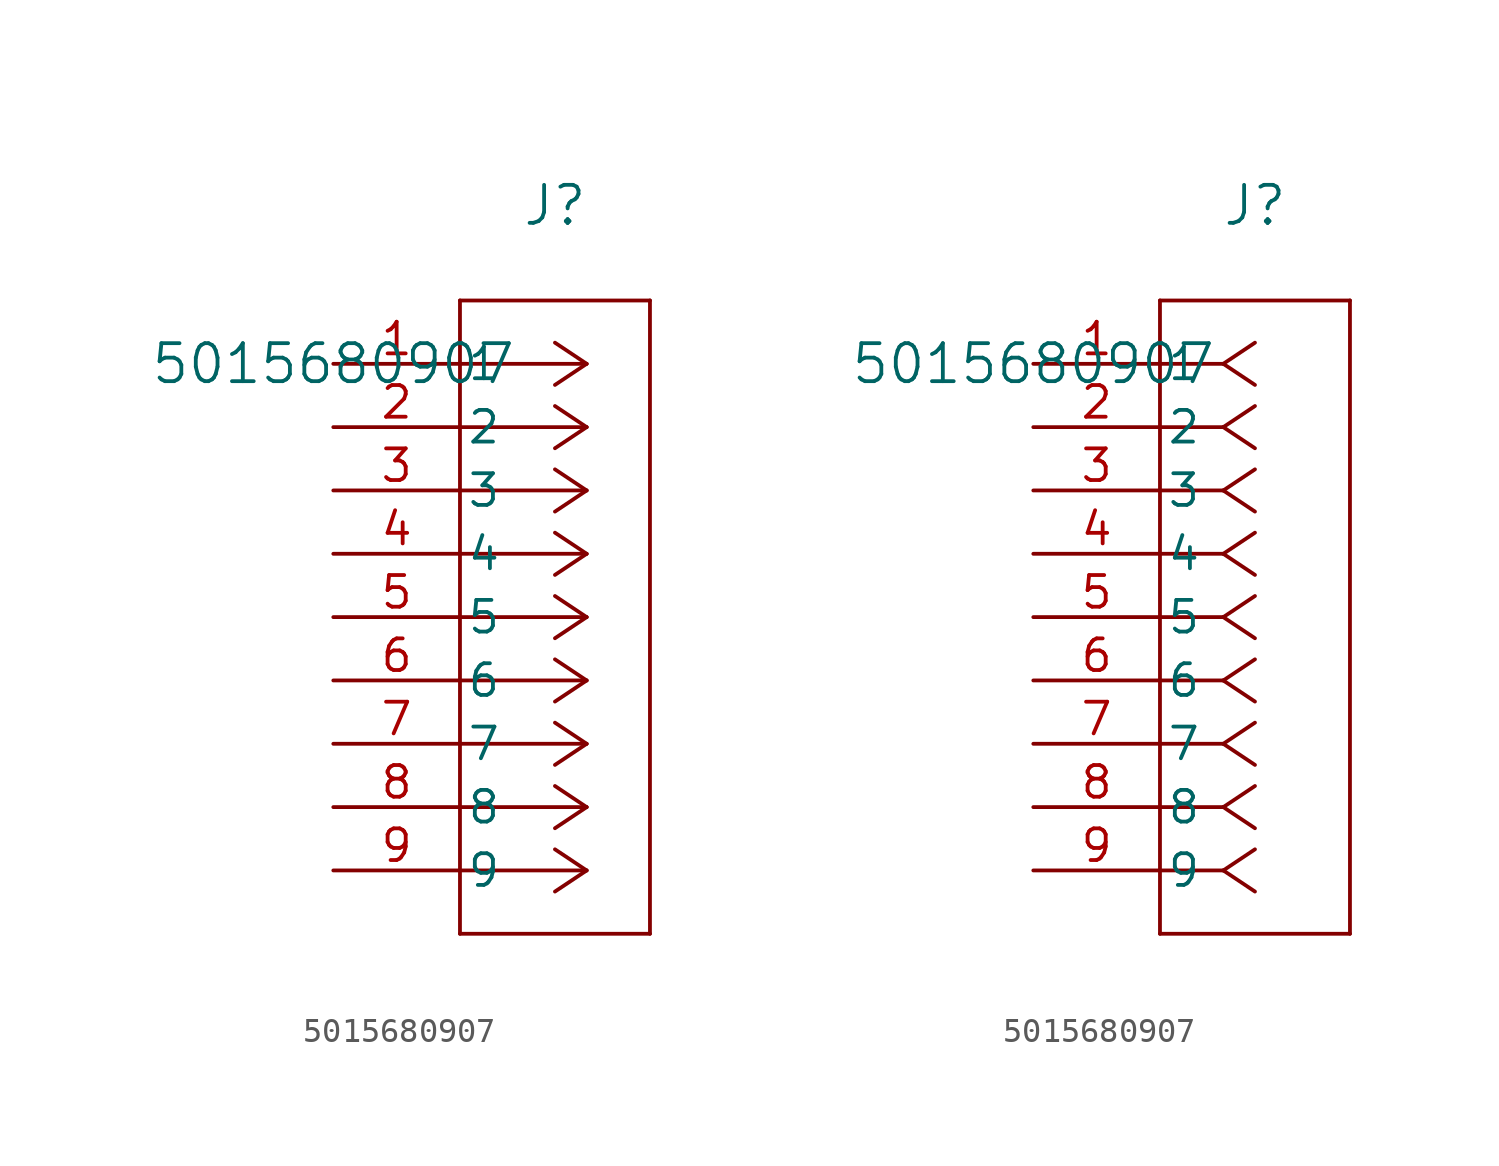
<source format=kicad_sym>
(kicad_symbol_lib
  (version 20211014)
  (generator kicad_symbol_editor)
  (symbol "5015680907"
    (pin_names
      (offset 0.254))
    (property "Reference" "J"
      (at 8.89 6.35 0)
      (effects (font (size 1.524 1.524))))
    (property "Value" "5015680907"
      (at 0 0 0)
      (effects (font (size 1.524 1.524))))
    (symbol "5015680907_1_1"
      (polyline (pts (xy 10.16 0) (xy 5.08 0)) (stroke (width 0) (type default) (color 0 0 0 0)) (fill (type none)))
      (polyline (pts (xy 10.16 -2.54) (xy 5.08 -2.54)) (stroke (width 0) (type default) (color 0 0 0 0)) (fill (type none)))
      (polyline (pts (xy 10.16 -5.08) (xy 5.08 -5.08)) (stroke (width 0) (type default) (color 0 0 0 0)) (fill (type none)))
      (polyline (pts (xy 10.16 -7.62) (xy 5.08 -7.62)) (stroke (width 0) (type default) (color 0 0 0 0)) (fill (type none)))
      (polyline (pts (xy 10.16 -10.16) (xy 5.08 -10.16)) (stroke (width 0) (type default) (color 0 0 0 0)) (fill (type none)))
      (polyline (pts (xy 10.16 -12.7) (xy 5.08 -12.7)) (stroke (width 0) (type default) (color 0 0 0 0)) (fill (type none)))
      (polyline (pts (xy 10.16 -15.24) (xy 5.08 -15.24)) (stroke (width 0) (type default) (color 0 0 0 0)) (fill (type none)))
      (polyline (pts (xy 10.16 -17.78) (xy 5.08 -17.78)) (stroke (width 0) (type default) (color 0 0 0 0)) (fill (type none)))
      (polyline (pts (xy 10.16 -20.32) (xy 5.08 -20.32)) (stroke (width 0) (type default) (color 0 0 0 0)) (fill (type none)))
      (polyline (pts (xy 10.16 0) (xy 8.89 0.847)) (stroke (width 0) (type default) (color 0 0 0 0)) (fill (type none)))
      (polyline (pts (xy 10.16 -2.54) (xy 8.89 -1.693)) (stroke (width 0) (type default) (color 0 0 0 0)) (fill (type none)))
      (polyline (pts (xy 10.16 -5.08) (xy 8.89 -4.233)) (stroke (width 0) (type default) (color 0 0 0 0)) (fill (type none)))
      (polyline (pts (xy 10.16 -7.62) (xy 8.89 -6.773)) (stroke (width 0) (type default) (color 0 0 0 0)) (fill (type none)))
      (polyline (pts (xy 10.16 -10.16) (xy 8.89 -9.313)) (stroke (width 0) (type default) (color 0 0 0 0)) (fill (type none)))
      (polyline (pts (xy 10.16 -12.7) (xy 8.89 -11.853)) (stroke (width 0) (type default) (color 0 0 0 0)) (fill (type none)))
      (polyline (pts (xy 10.16 -15.24) (xy 8.89 -14.393)) (stroke (width 0) (type default) (color 0 0 0 0)) (fill (type none)))
      (polyline (pts (xy 10.16 -17.78) (xy 8.89 -16.933)) (stroke (width 0) (type default) (color 0 0 0 0)) (fill (type none)))
      (polyline (pts (xy 10.16 -20.32) (xy 8.89 -19.473)) (stroke (width 0) (type default) (color 0 0 0 0)) (fill (type none)))
      (polyline (pts (xy 10.16 0) (xy 8.89 -0.847)) (stroke (width 0) (type default) (color 0 0 0 0)) (fill (type none)))
      (polyline (pts (xy 10.16 -2.54) (xy 8.89 -3.387)) (stroke (width 0) (type default) (color 0 0 0 0)) (fill (type none)))
      (polyline (pts (xy 10.16 -5.08) (xy 8.89 -5.927)) (stroke (width 0) (type default) (color 0 0 0 0)) (fill (type none)))
      (polyline (pts (xy 10.16 -7.62) (xy 8.89 -8.467)) (stroke (width 0) (type default) (color 0 0 0 0)) (fill (type none)))
      (polyline (pts (xy 10.16 -10.16) (xy 8.89 -11.007)) (stroke (width 0) (type default) (color 0 0 0 0)) (fill (type none)))
      (polyline (pts (xy 10.16 -12.7) (xy 8.89 -13.547)) (stroke (width 0) (type default) (color 0 0 0 0)) (fill (type none)))
      (polyline (pts (xy 10.16 -15.24) (xy 8.89 -16.087)) (stroke (width 0) (type default) (color 0 0 0 0)) (fill (type none)))
      (polyline (pts (xy 10.16 -17.78) (xy 8.89 -18.627)) (stroke (width 0) (type default) (color 0 0 0 0)) (fill (type none)))
      (polyline (pts (xy 10.16 -20.32) (xy 8.89 -21.167)) (stroke (width 0) (type default) (color 0 0 0 0)) (fill (type none)))
      (polyline (pts (xy 5.08 2.54) (xy 5.08 -22.86)) (stroke (width 0) (type default) (color 0 0 0 0)) (fill (type none)))
      (polyline (pts (xy 5.08 -22.86) (xy 12.7 -22.86)) (stroke (width 0) (type default) (color 0 0 0 0)) (fill (type none)))
      (polyline (pts (xy 12.7 -22.86) (xy 12.7 2.54)) (stroke (width 0) (type default) (color 0 0 0 0)) (fill (type none)))
      (polyline (pts (xy 12.7 2.54) (xy 5.08 2.54)) (stroke (width 0) (type default) (color 0 0 0 0)) (fill (type none)))
      (pin unspecified line (at 0 0 0) (length 5.08) (name "1" (effects (font (size 1.27 1.27)))) (number "1" (effects (font (size 1.27 1.27)))))
      (pin unspecified line (at 0 -2.54 0) (length 5.08) (name "2" (effects (font (size 1.27 1.27)))) (number "2" (effects (font (size 1.27 1.27)))))
      (pin unspecified line (at 0 -5.08 0) (length 5.08) (name "3" (effects (font (size 1.27 1.27)))) (number "3" (effects (font (size 1.27 1.27)))))
      (pin unspecified line (at 0 -7.62 0) (length 5.08) (name "4" (effects (font (size 1.27 1.27)))) (number "4" (effects (font (size 1.27 1.27)))))
      (pin unspecified line (at 0 -10.16 0) (length 5.08) (name "5" (effects (font (size 1.27 1.27)))) (number "5" (effects (font (size 1.27 1.27)))))
      (pin unspecified line (at 0 -12.7 0) (length 5.08) (name "6" (effects (font (size 1.27 1.27)))) (number "6" (effects (font (size 1.27 1.27)))))
      (pin unspecified line (at 0 -15.24 0) (length 5.08) (name "7" (effects (font (size 1.27 1.27)))) (number "7" (effects (font (size 1.27 1.27)))))
      (pin unspecified line (at 0 -17.78 0) (length 5.08) (name "8" (effects (font (size 1.27 1.27)))) (number "8" (effects (font (size 1.27 1.27)))))
      (pin unspecified line (at 0 -20.32 0) (length 5.08) (name "9" (effects (font (size 1.27 1.27)))) (number "9" (effects (font (size 1.27 1.27))))))
    (symbol "5015680907_1_2"
      (polyline (pts (xy 7.62 0) (xy 5.08 0)) (stroke (width 0) (type default) (color 0 0 0 0)) (fill (type none)))
      (polyline (pts (xy 7.62 -2.54) (xy 5.08 -2.54)) (stroke (width 0) (type default) (color 0 0 0 0)) (fill (type none)))
      (polyline (pts (xy 7.62 -5.08) (xy 5.08 -5.08)) (stroke (width 0) (type default) (color 0 0 0 0)) (fill (type none)))
      (polyline (pts (xy 7.62 -7.62) (xy 5.08 -7.62)) (stroke (width 0) (type default) (color 0 0 0 0)) (fill (type none)))
      (polyline (pts (xy 7.62 -10.16) (xy 5.08 -10.16)) (stroke (width 0) (type default) (color 0 0 0 0)) (fill (type none)))
      (polyline (pts (xy 7.62 -12.7) (xy 5.08 -12.7)) (stroke (width 0) (type default) (color 0 0 0 0)) (fill (type none)))
      (polyline (pts (xy 7.62 -15.24) (xy 5.08 -15.24)) (stroke (width 0) (type default) (color 0 0 0 0)) (fill (type none)))
      (polyline (pts (xy 7.62 -17.78) (xy 5.08 -17.78)) (stroke (width 0) (type default) (color 0 0 0 0)) (fill (type none)))
      (polyline (pts (xy 7.62 -20.32) (xy 5.08 -20.32)) (stroke (width 0) (type default) (color 0 0 0 0)) (fill (type none)))
      (polyline (pts (xy 7.62 0) (xy 8.89 0.847)) (stroke (width 0) (type default) (color 0 0 0 0)) (fill (type none)))
      (polyline (pts (xy 7.62 -2.54) (xy 8.89 -1.693)) (stroke (width 0) (type default) (color 0 0 0 0)) (fill (type none)))
      (polyline (pts (xy 7.62 -5.08) (xy 8.89 -4.233)) (stroke (width 0) (type default) (color 0 0 0 0)) (fill (type none)))
      (polyline (pts (xy 7.62 -7.62) (xy 8.89 -6.773)) (stroke (width 0) (type default) (color 0 0 0 0)) (fill (type none)))
      (polyline (pts (xy 7.62 -10.16) (xy 8.89 -9.313)) (stroke (width 0) (type default) (color 0 0 0 0)) (fill (type none)))
      (polyline (pts (xy 7.62 -12.7) (xy 8.89 -11.853)) (stroke (width 0) (type default) (color 0 0 0 0)) (fill (type none)))
      (polyline (pts (xy 7.62 -15.24) (xy 8.89 -14.393)) (stroke (width 0) (type default) (color 0 0 0 0)) (fill (type none)))
      (polyline (pts (xy 7.62 -17.78) (xy 8.89 -16.933)) (stroke (width 0) (type default) (color 0 0 0 0)) (fill (type none)))
      (polyline (pts (xy 7.62 -20.32) (xy 8.89 -19.473)) (stroke (width 0) (type default) (color 0 0 0 0)) (fill (type none)))
      (polyline (pts (xy 7.62 0) (xy 8.89 -0.847)) (stroke (width 0) (type default) (color 0 0 0 0)) (fill (type none)))
      (polyline (pts (xy 7.62 -2.54) (xy 8.89 -3.387)) (stroke (width 0) (type default) (color 0 0 0 0)) (fill (type none)))
      (polyline (pts (xy 7.62 -5.08) (xy 8.89 -5.927)) (stroke (width 0) (type default) (color 0 0 0 0)) (fill (type none)))
      (polyline (pts (xy 7.62 -7.62) (xy 8.89 -8.467)) (stroke (width 0) (type default) (color 0 0 0 0)) (fill (type none)))
      (polyline (pts (xy 7.62 -10.16) (xy 8.89 -11.007)) (stroke (width 0) (type default) (color 0 0 0 0)) (fill (type none)))
      (polyline (pts (xy 7.62 -12.7) (xy 8.89 -13.547)) (stroke (width 0) (type default) (color 0 0 0 0)) (fill (type none)))
      (polyline (pts (xy 7.62 -15.24) (xy 8.89 -16.087)) (stroke (width 0) (type default) (color 0 0 0 0)) (fill (type none)))
      (polyline (pts (xy 7.62 -17.78) (xy 8.89 -18.627)) (stroke (width 0) (type default) (color 0 0 0 0)) (fill (type none)))
      (polyline (pts (xy 7.62 -20.32) (xy 8.89 -21.167)) (stroke (width 0) (type default) (color 0 0 0 0)) (fill (type none)))
      (polyline (pts (xy 5.08 2.54) (xy 5.08 -22.86)) (stroke (width 0) (type default) (color 0 0 0 0)) (fill (type none)))
      (polyline (pts (xy 5.08 -22.86) (xy 12.7 -22.86)) (stroke (width 0) (type default) (color 0 0 0 0)) (fill (type none)))
      (polyline (pts (xy 12.7 -22.86) (xy 12.7 2.54)) (stroke (width 0) (type default) (color 0 0 0 0)) (fill (type none)))
      (polyline (pts (xy 12.7 2.54) (xy 5.08 2.54)) (stroke (width 0) (type default) (color 0 0 0 0)) (fill (type none)))
      (pin unspecified line (at 0 0 0) (length 5.08) (name "1" (effects (font (size 1.27 1.27)))) (number "1" (effects (font (size 1.27 1.27)))))
      (pin unspecified line (at 0 -2.54 0) (length 5.08) (name "2" (effects (font (size 1.27 1.27)))) (number "2" (effects (font (size 1.27 1.27)))))
      (pin unspecified line (at 0 -5.08 0) (length 5.08) (name "3" (effects (font (size 1.27 1.27)))) (number "3" (effects (font (size 1.27 1.27)))))
      (pin unspecified line (at 0 -7.62 0) (length 5.08) (name "4" (effects (font (size 1.27 1.27)))) (number "4" (effects (font (size 1.27 1.27)))))
      (pin unspecified line (at 0 -10.16 0) (length 5.08) (name "5" (effects (font (size 1.27 1.27)))) (number "5" (effects (font (size 1.27 1.27)))))
      (pin unspecified line (at 0 -12.7 0) (length 5.08) (name "6" (effects (font (size 1.27 1.27)))) (number "6" (effects (font (size 1.27 1.27)))))
      (pin unspecified line (at 0 -15.24 0) (length 5.08) (name "7" (effects (font (size 1.27 1.27)))) (number "7" (effects (font (size 1.27 1.27)))))
      (pin unspecified line (at 0 -17.78 0) (length 5.08) (name "8" (effects (font (size 1.27 1.27)))) (number "8" (effects (font (size 1.27 1.27)))))
      (pin unspecified line (at 0 -20.32 0) (length 5.08) (name "9" (effects (font (size 1.27 1.27)))) (number "9" (effects (font (size 1.27 1.27))))))))
</source>
